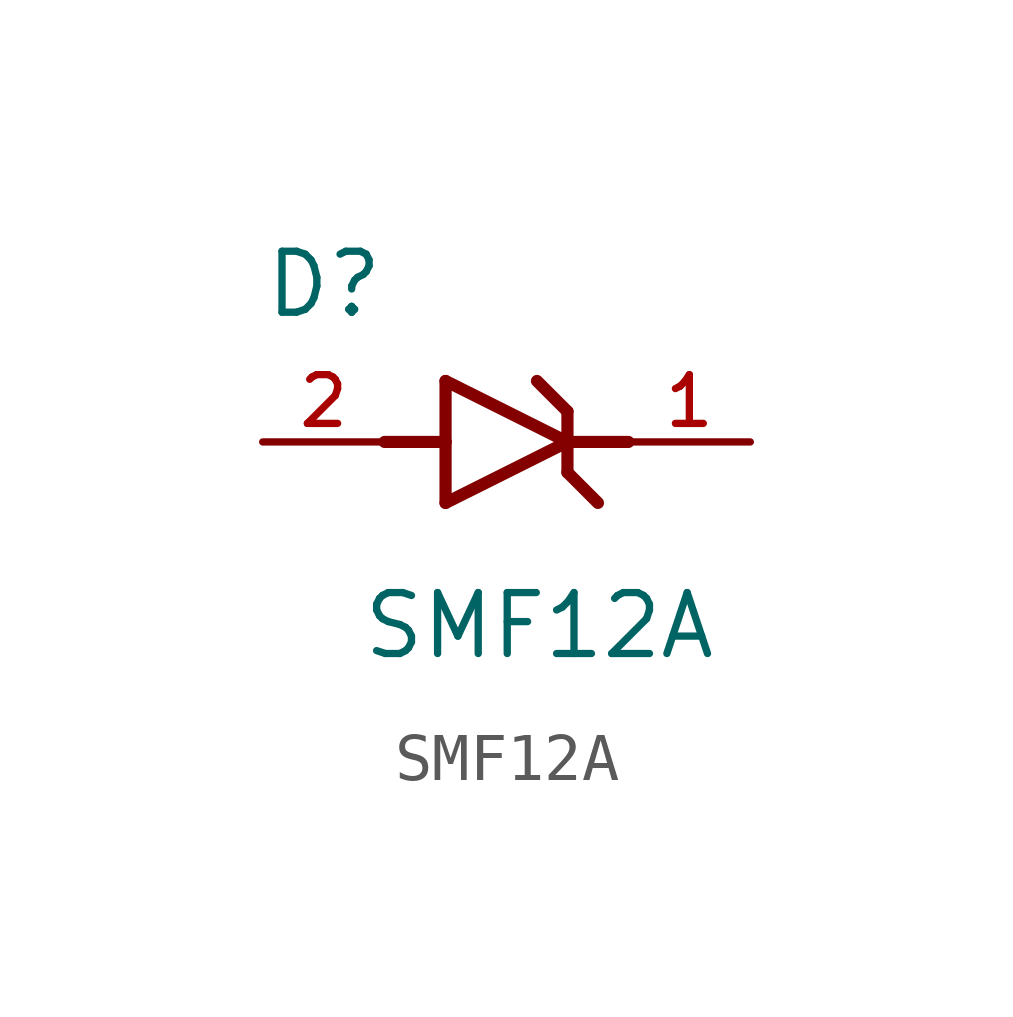
<source format=kicad_sym>
(kicad_symbol_lib
  (version 20241209)
  (generator "kicad_symbol_editor")
  (generator_version "9.0")
  (symbol "SMF12A"
    (pin_names
      (offset 1.016))
    (property "Reference" "D"
      (at -5.08 2.54 0)
      (effects (font (size 1.27 1.27)) (justify left bottom)))
    (property "Value" "SMF12A"
      (at -3.048 -4.572 0)
      (effects (font (size 1.27 1.27)) (justify left bottom)))
    (symbol "SMF12A_0_0"
      (polyline (pts (xy -2.54 0) (xy -1.27 0)) (stroke (width 0.254) (type default)) (fill (type none)))
      (polyline (pts (xy -1.27 1.27) (xy -1.27 0)) (stroke (width 0.254) (type default)) (fill (type none)))
      (polyline (pts (xy -1.27 0) (xy -1.27 -1.27)) (stroke (width 0.254) (type default)) (fill (type none)))
      (polyline (pts (xy -1.27 -1.27) (xy 1.27 0)) (stroke (width 0.254) (type default)) (fill (type none)))
      (polyline (pts (xy 0.635 1.27) (xy 1.27 0.635)) (stroke (width 0.254) (type default)) (fill (type none)))
      (polyline (pts (xy 1.27 0.635) (xy 1.27 0)) (stroke (width 0.254) (type default)) (fill (type none)))
      (polyline (pts (xy 1.27 0) (xy -1.27 1.27)) (stroke (width 0.254) (type default)) (fill (type none)))
      (polyline (pts (xy 1.27 0) (xy 1.27 -0.635)) (stroke (width 0.254) (type default)) (fill (type none)))
      (polyline (pts (xy 1.27 -0.635) (xy 1.905 -1.27)) (stroke (width 0.254) (type default)) (fill (type none)))
      (polyline (pts (xy 2.54 0) (xy 1.27 0)) (stroke (width 0.254) (type default)) (fill (type none)))
      (pin passive line (at -5.08 0 0) (length 2.54) (name "~" (effects (font (size 1.016 1.016)))) (number "2" (effects (font (size 1.016 1.016)))))
      (pin passive line (at 5.08 0 180) (length 2.54) (name "~" (effects (font (size 1.016 1.016)))) (number "1" (effects (font (size 1.016 1.016))))))))
</source>
